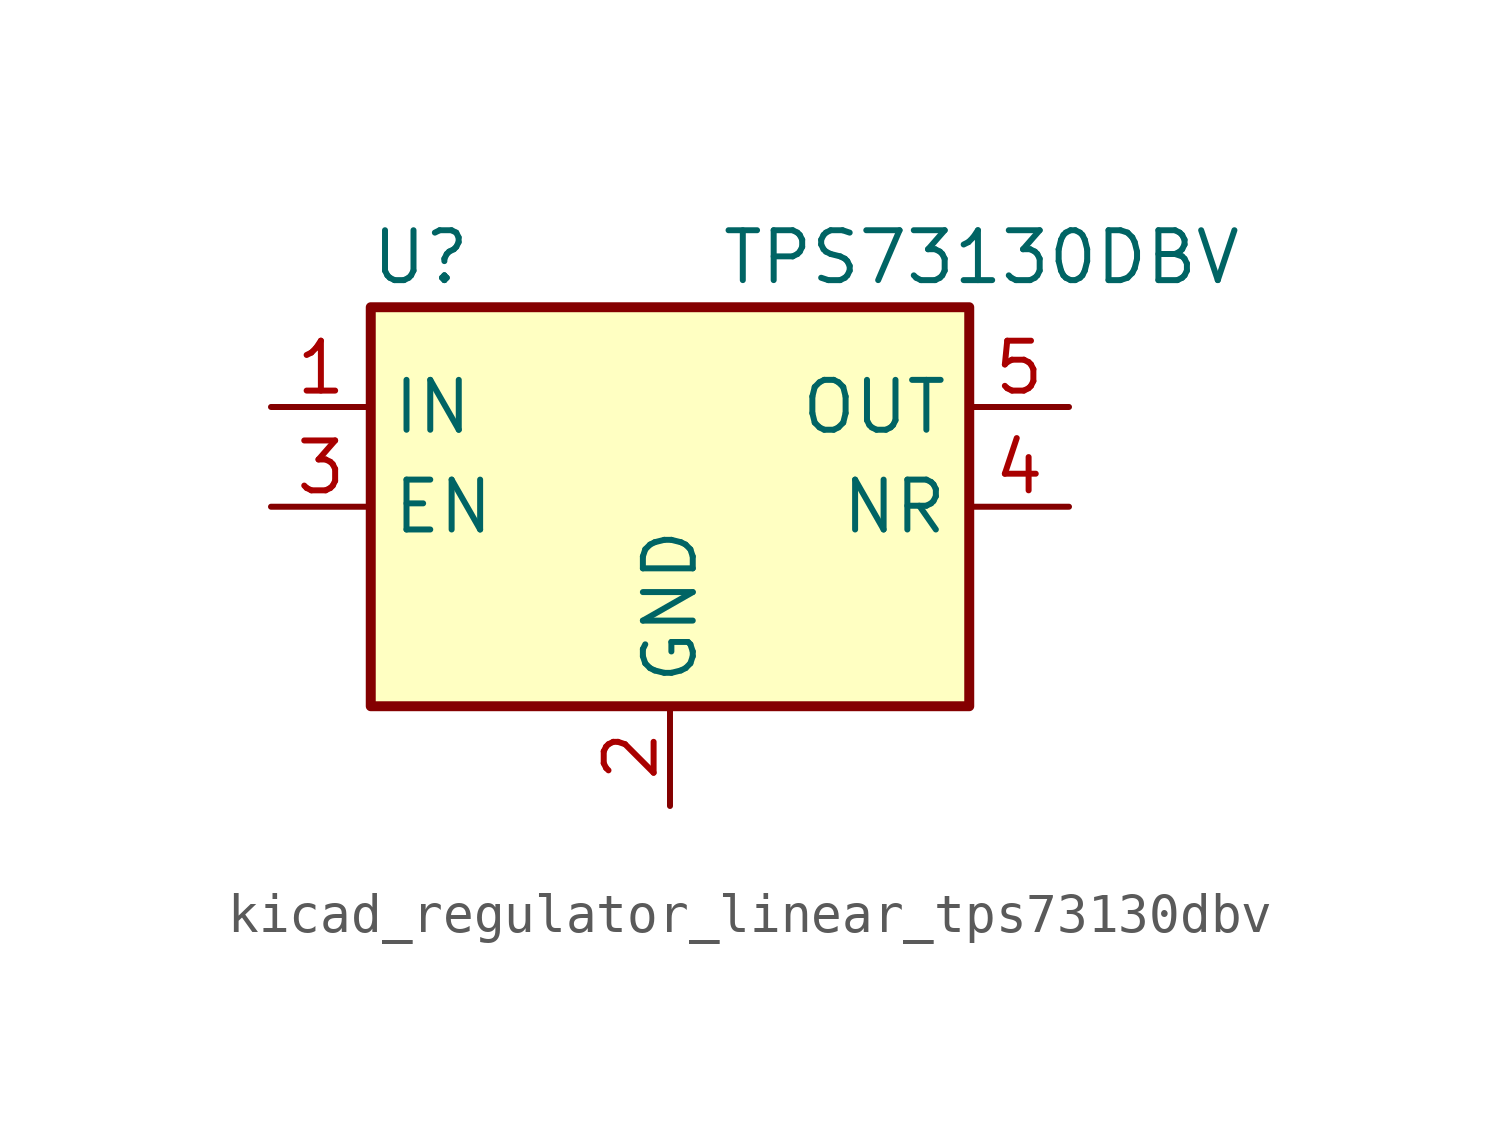
<source format=kicad_sym>
(kicad_symbol_lib
  (version 20220914)
  (generator kicad_symbol_editor)
  (symbol "kicad_regulator_linear_tps73130dbv"
    (property "Reference" "U"
      (at -6.35 6.35 0)
      (effects (font (size 1.27 1.27))))
    (property "Value" "TPS73130DBV"
      (at 1.27 6.35 0)
      (effects (font (size 1.27 1.27)) (justify left)))
    (symbol "kicad_regulator_linear_tps73130dbv_0_1"
      (rectangle (start -7.62 -5.08) (end 7.62 5.08) (stroke (width 0.254) (type default)) (fill (type background))))
    (symbol "kicad_regulator_linear_tps73130dbv_1_1"
      (pin power_in line (at -10.16 2.54 0) (length 2.54) (name "IN" (effects (font (size 1.27 1.27)))) (number "1" (effects (font (size 1.27 1.27)))))
      (pin power_in line (at 0 -7.62 90) (length 2.54) (name "GND" (effects (font (size 1.27 1.27)))) (number "2" (effects (font (size 1.27 1.27)))))
      (pin input line (at -10.16 0 0) (length 2.54) (name "EN" (effects (font (size 1.27 1.27)))) (number "3" (effects (font (size 1.27 1.27)))))
      (pin passive line (at 10.16 0 180) (length 2.54) (name "NR" (effects (font (size 1.27 1.27)))) (number "4" (effects (font (size 1.27 1.27)))))
      (pin power_out line (at 10.16 2.54 180) (length 2.54) (name "OUT" (effects (font (size 1.27 1.27)))) (number "5" (effects (font (size 1.27 1.27))))))))
</source>
